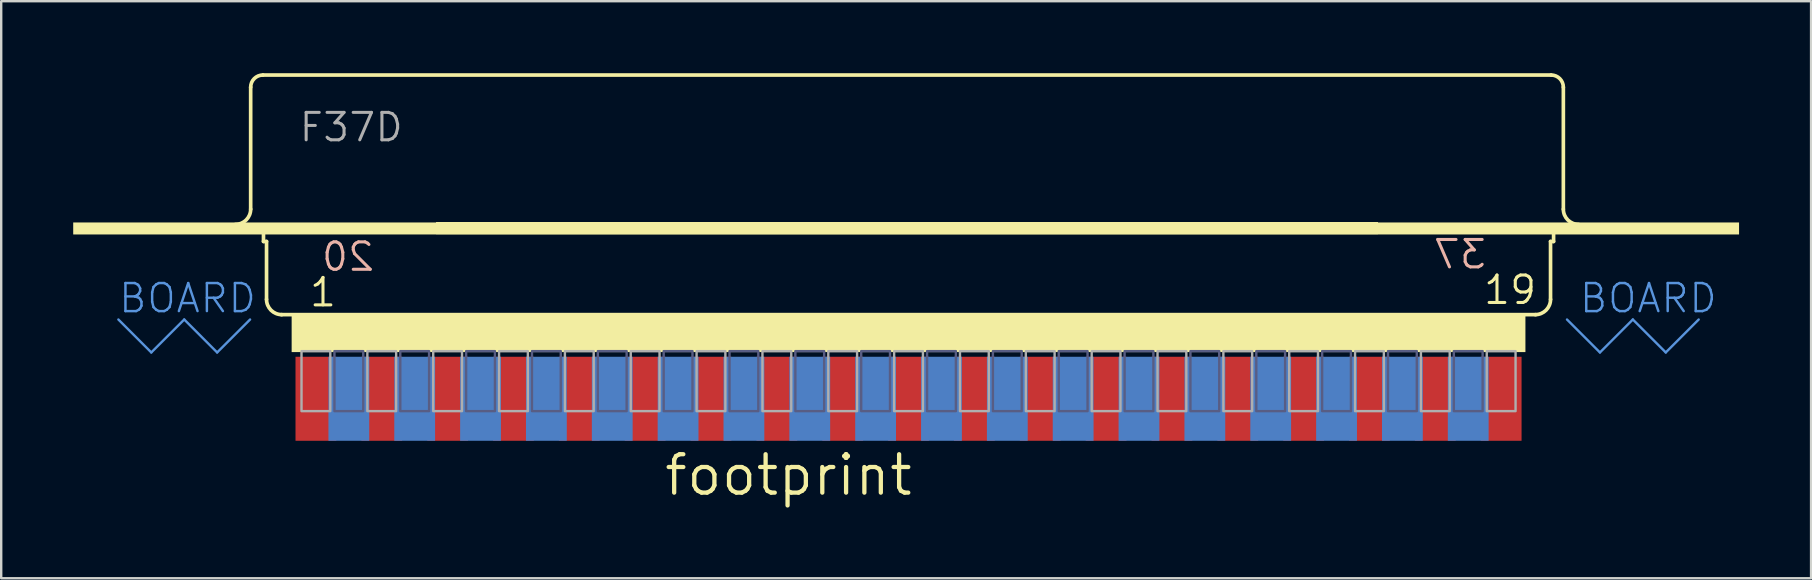
<source format=kicad_pcb>
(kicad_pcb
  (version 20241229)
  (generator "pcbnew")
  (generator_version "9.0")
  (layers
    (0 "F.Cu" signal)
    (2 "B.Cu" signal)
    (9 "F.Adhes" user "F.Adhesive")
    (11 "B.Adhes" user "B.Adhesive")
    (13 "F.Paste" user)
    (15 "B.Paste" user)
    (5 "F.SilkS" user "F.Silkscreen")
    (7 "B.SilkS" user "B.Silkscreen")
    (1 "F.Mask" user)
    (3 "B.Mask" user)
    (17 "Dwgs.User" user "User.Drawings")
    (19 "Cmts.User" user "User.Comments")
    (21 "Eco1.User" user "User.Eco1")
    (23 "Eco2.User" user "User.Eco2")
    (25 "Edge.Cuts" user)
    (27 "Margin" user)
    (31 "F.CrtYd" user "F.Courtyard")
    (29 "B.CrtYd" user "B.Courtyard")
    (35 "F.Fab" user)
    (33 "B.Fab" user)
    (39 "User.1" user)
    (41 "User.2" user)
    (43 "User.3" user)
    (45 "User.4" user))
  (footprint "footprint"
    (layer "F.Cu")
    (at 34.8 7.518)
    (property "Reference" "footprint" (at -10.262 10.16 0) (layer "F.SilkS") (effects (font (size 1.6 1.6) (thickness 0.178)) (justify left bottom)))
    (fp_line (start -27.407 -1.854) (end -27.407 -6.934) (stroke (width 0.152) (type solid)) (layer "F.SilkS"))
    (fp_line (start -26.899 -7.442) (end 26.772 -7.442) (stroke (width 0.152) (type solid)) (layer "F.SilkS"))
    (fp_line (start -26.873 -0.508) (end -26.873 -1.016) (stroke (width 0.152) (type solid)) (layer "F.SilkS"))
    (fp_line (start -26.873 -0.508) (end -26.746 -0.508) (stroke (width 0.152) (type solid)) (layer "F.SilkS"))
    (fp_line (start -26.746 1.905) (end -26.746 -0.508) (stroke (width 0.152) (type solid)) (layer "F.SilkS"))
    (fp_line (start -26.13 2.54) (end 26.13 2.54) (stroke (width 0.152) (type solid)) (layer "F.SilkS"))
    (fp_line (start 26.746 -0.508) (end 26.873 -0.508) (stroke (width 0.152) (type solid)) (layer "F.SilkS"))
    (fp_line (start 26.746 1.905) (end 26.746 -0.508) (stroke (width 0.152) (type solid)) (layer "F.SilkS"))
    (fp_line (start 26.873 -0.508) (end 26.873 -1.016) (stroke (width 0.152) (type solid)) (layer "F.SilkS"))
    (fp_line (start 27.28 -1.854) (end 27.28 -6.934) (stroke (width 0.152) (type solid)) (layer "F.SilkS"))
    (fp_arc (start -27.4066 -6.9342) (mid -27.25781 -7.29341) (end -26.8986 -7.4422) (stroke (width 0.1524) (type solid)) (layer "F.SilkS"))
    (fp_arc (start -27.4066 -1.8542) (mid -27.592587 -1.405187) (end -28.0416 -1.2192) (stroke (width 0.1524) (type solid)) (layer "F.SilkS"))
    (fp_arc (start -26.1112 2.54) (mid -26.560213 2.354013) (end -26.7462 1.905) (stroke (width 0.1524) (type solid)) (layer "F.SilkS"))
    (fp_arc (start 26.7462 1.905) (mid 26.560213 2.354013) (end 26.1112 2.54) (stroke (width 0.1524) (type solid)) (layer "F.SilkS"))
    (fp_arc (start 26.7716 -7.4422) (mid 27.13081 -7.29341) (end 27.2796 -6.9342) (stroke (width 0.1524) (type solid)) (layer "F.SilkS"))
    (fp_arc (start 27.9146 -1.2192) (mid 27.465587 -1.405187) (end 27.2796 -1.8542) (stroke (width 0.1524) (type solid)) (layer "F.SilkS"))
    (fp_poly (pts (xy -34.8 -0.8) (xy 34.6 -0.8) (xy 34.6 -1.3) (xy -34.8 -1.3)) (stroke (width 0) (type solid)) (fill yes) (layer "F.SilkS"))
    (fp_poly (pts (xy -25.7 4.1) (xy 25.7 4.1) (xy 25.7 2.5) (xy -25.7 2.5)) (stroke (width 0) (type solid)) (fill yes) (layer "F.SilkS"))
    (fp_poly (pts (xy -19.685 -0.811) (xy 19.558 -0.811) (xy 19.558 -1.319) (xy -19.685 -1.319)) (stroke (width 0) (type solid)) (fill yes) (layer "F.SilkS"))
    (fp_line (start -32.918 2.743) (end -31.547 4.115) (stroke (width 0.1) (type solid)) (layer "Cmts.User"))
    (fp_line (start -31.547 4.115) (end -30.175 2.743) (stroke (width 0.1) (type solid)) (layer "Cmts.User"))
    (fp_line (start -30.175 2.743) (end -28.804 4.115) (stroke (width 0.1) (type solid)) (layer "Cmts.User"))
    (fp_line (start -28.804 4.115) (end -27.432 2.743) (stroke (width 0.1) (type solid)) (layer "Cmts.User"))
    (fp_line (start 27.432 2.743) (end 28.804 4.115) (stroke (width 0.1) (type solid)) (layer "Cmts.User"))
    (fp_line (start 28.804 4.115) (end 30.175 2.743) (stroke (width 0.1) (type solid)) (layer "Cmts.User"))
    (fp_line (start 30.175 2.743) (end 31.547 4.115) (stroke (width 0.1) (type solid)) (layer "Cmts.User"))
    (fp_line (start 31.547 4.115) (end 32.918 2.743) (stroke (width 0.1) (type solid)) (layer "Cmts.User"))
    (fp_poly (pts (xy -23.917 6.56) (xy -22.717 6.56) (xy -22.717 4.06) (xy -23.917 4.06)) (stroke (width 0.1) (type solid)) (fill no) (layer "B.Fab"))
    (fp_poly (pts (xy -21.174 6.56) (xy -19.974 6.56) (xy -19.974 4.06) (xy -21.174 4.06)) (stroke (width 0.1) (type solid)) (fill no) (layer "B.Fab"))
    (fp_poly (pts (xy -18.431 6.56) (xy -17.231 6.56) (xy -17.231 4.06) (xy -18.431 4.06)) (stroke (width 0.1) (type solid)) (fill no) (layer "B.Fab"))
    (fp_poly (pts (xy -15.688 6.56) (xy -14.488 6.56) (xy -14.488 4.06) (xy -15.688 4.06)) (stroke (width 0.1) (type solid)) (fill no) (layer "B.Fab"))
    (fp_poly (pts (xy -12.944 6.56) (xy -11.744 6.56) (xy -11.744 4.06) (xy -12.944 4.06)) (stroke (width 0.1) (type solid)) (fill no) (layer "B.Fab"))
    (fp_poly (pts (xy -10.201 6.56) (xy -9.001 6.56) (xy -9.001 4.06) (xy -10.201 4.06)) (stroke (width 0.1) (type solid)) (fill no) (layer "B.Fab"))
    (fp_poly (pts (xy -7.458 6.56) (xy -6.258 6.56) (xy -6.258 4.06) (xy -7.458 4.06)) (stroke (width 0.1) (type solid)) (fill no) (layer "B.Fab"))
    (fp_poly (pts (xy -4.715 6.56) (xy -3.515 6.56) (xy -3.515 4.06) (xy -4.715 4.06)) (stroke (width 0.1) (type solid)) (fill no) (layer "B.Fab"))
    (fp_poly (pts (xy -1.972 6.56) (xy -0.772 6.56) (xy -0.772 4.06) (xy -1.972 4.06)) (stroke (width 0.1) (type solid)) (fill no) (layer "B.Fab"))
    (fp_poly (pts (xy 0.772 6.56) (xy 1.972 6.56) (xy 1.972 4.06) (xy 0.772 4.06)) (stroke (width 0.1) (type solid)) (fill no) (layer "B.Fab"))
    (fp_poly (pts (xy 3.515 6.56) (xy 4.715 6.56) (xy 4.715 4.06) (xy 3.515 4.06)) (stroke (width 0.1) (type solid)) (fill no) (layer "B.Fab"))
    (fp_poly (pts (xy 6.258 6.56) (xy 7.458 6.56) (xy 7.458 4.06) (xy 6.258 4.06)) (stroke (width 0.1) (type solid)) (fill no) (layer "B.Fab"))
    (fp_poly (pts (xy 9.001 6.56) (xy 10.201 6.56) (xy 10.201 4.06) (xy 9.001 4.06)) (stroke (width 0.1) (type solid)) (fill no) (layer "B.Fab"))
    (fp_poly (pts (xy 11.744 6.56) (xy 12.944 6.56) (xy 12.944 4.06) (xy 11.744 4.06)) (stroke (width 0.1) (type solid)) (fill no) (layer "B.Fab"))
    (fp_poly (pts (xy 14.488 6.56) (xy 15.688 6.56) (xy 15.688 4.06) (xy 14.488 4.06)) (stroke (width 0.1) (type solid)) (fill no) (layer "B.Fab"))
    (fp_poly (pts (xy 17.231 6.56) (xy 18.431 6.56) (xy 18.431 4.06) (xy 17.231 4.06)) (stroke (width 0.1) (type solid)) (fill no) (layer "B.Fab"))
    (fp_poly (pts (xy 19.974 6.56) (xy 21.174 6.56) (xy 21.174 4.06) (xy 19.974 4.06)) (stroke (width 0.1) (type solid)) (fill no) (layer "B.Fab"))
    (fp_poly (pts (xy 22.717 6.56) (xy 23.917 6.56) (xy 23.917 4.06) (xy 22.717 4.06)) (stroke (width 0.1) (type solid)) (fill no) (layer "B.Fab"))
    (fp_poly (pts (xy -25.289 6.56) (xy -24.089 6.56) (xy -24.089 4.06) (xy -25.289 4.06)) (stroke (width 0.1) (type solid)) (fill no) (layer "F.Fab"))
    (fp_poly (pts (xy -22.546 6.56) (xy -21.346 6.56) (xy -21.346 4.06) (xy -22.546 4.06)) (stroke (width 0.1) (type solid)) (fill no) (layer "F.Fab"))
    (fp_poly (pts (xy -19.802 6.56) (xy -18.602 6.56) (xy -18.602 4.06) (xy -19.802 4.06)) (stroke (width 0.1) (type solid)) (fill no) (layer "F.Fab"))
    (fp_poly (pts (xy -17.059 6.56) (xy -15.859 6.56) (xy -15.859 4.06) (xy -17.059 4.06)) (stroke (width 0.1) (type solid)) (fill no) (layer "F.Fab"))
    (fp_poly (pts (xy -14.316 6.56) (xy -13.116 6.56) (xy -13.116 4.06) (xy -14.316 4.06)) (stroke (width 0.1) (type solid)) (fill no) (layer "F.Fab"))
    (fp_poly (pts (xy -11.573 6.56) (xy -10.373 6.56) (xy -10.373 4.06) (xy -11.573 4.06)) (stroke (width 0.1) (type solid)) (fill no) (layer "F.Fab"))
    (fp_poly (pts (xy -8.83 6.56) (xy -7.63 6.56) (xy -7.63 4.06) (xy -8.83 4.06)) (stroke (width 0.1) (type solid)) (fill no) (layer "F.Fab"))
    (fp_poly (pts (xy -6.086 6.56) (xy -4.886 6.56) (xy -4.886 4.06) (xy -6.086 4.06)) (stroke (width 0.1) (type solid)) (fill no) (layer "F.Fab"))
    (fp_poly (pts (xy -3.343 6.56) (xy -2.143 6.56) (xy -2.143 4.06) (xy -3.343 4.06)) (stroke (width 0.1) (type solid)) (fill no) (layer "F.Fab"))
    (fp_poly (pts (xy -0.6 6.56) (xy 0.6 6.56) (xy 0.6 4.06) (xy -0.6 4.06)) (stroke (width 0.1) (type solid)) (fill no) (layer "F.Fab"))
    (fp_poly (pts (xy 2.143 6.56) (xy 3.343 6.56) (xy 3.343 4.06) (xy 2.143 4.06)) (stroke (width 0.1) (type solid)) (fill no) (layer "F.Fab"))
    (fp_poly (pts (xy 4.886 6.56) (xy 6.086 6.56) (xy 6.086 4.06) (xy 4.886 4.06)) (stroke (width 0.1) (type solid)) (fill no) (layer "F.Fab"))
    (fp_poly (pts (xy 7.63 6.56) (xy 8.83 6.56) (xy 8.83 4.06) (xy 7.63 4.06)) (stroke (width 0.1) (type solid)) (fill no) (layer "F.Fab"))
    (fp_poly (pts (xy 10.373 6.56) (xy 11.573 6.56) (xy 11.573 4.06) (xy 10.373 4.06)) (stroke (width 0.1) (type solid)) (fill no) (layer "F.Fab"))
    (fp_poly (pts (xy 13.116 6.56) (xy 14.316 6.56) (xy 14.316 4.06) (xy 13.116 4.06)) (stroke (width 0.1) (type solid)) (fill no) (layer "F.Fab"))
    (fp_poly (pts (xy 15.859 6.56) (xy 17.059 6.56) (xy 17.059 4.06) (xy 15.859 4.06)) (stroke (width 0.1) (type solid)) (fill no) (layer "F.Fab"))
    (fp_poly (pts (xy 18.602 6.56) (xy 19.802 6.56) (xy 19.802 4.06) (xy 18.602 4.06)) (stroke (width 0.1) (type solid)) (fill no) (layer "F.Fab"))
    (fp_poly (pts (xy 21.346 6.56) (xy 22.546 6.56) (xy 22.546 4.06) (xy 21.346 4.06)) (stroke (width 0.1) (type solid)) (fill no) (layer "F.Fab"))
    (fp_poly (pts (xy 24.089 6.56) (xy 25.289 6.56) (xy 25.289 4.06) (xy 24.089 4.06)) (stroke (width 0.1) (type solid)) (fill no) (layer "F.Fab"))
    (fp_text user "1" (at -25.022 2.279 0) (layer "F.SilkS") (effects (font (size 1.143 1.143) (thickness 0.127)) (justify left bottom)))
    (fp_text user "19" (at 23.887 2.179 0) (layer "F.SilkS") (effects (font (size 1.143 1.143) (thickness 0.127)) (justify left bottom)))
    (fp_text user "37" (at 24.144 0.697 0) (layer "B.SilkS") (effects (font (size 1.143 1.143) (thickness 0.127)) (justify left bottom mirror)))
    (fp_text user "20" (at -22.179 0.797 0) (layer "B.SilkS") (effects (font (size 1.143 1.143) (thickness 0.127)) (justify left bottom mirror)))
    (fp_text user "BOARD " (at -32.969 2.54 0) (layer "Cmts.User") (effects (font (size 1.168 1.168) (thickness 0.102)) (justify left bottom)))
    (fp_text user "BOARD" (at 27.889 2.54 0) (layer "Cmts.User") (effects (font (size 1.168 1.168) (thickness 0.102)) (justify left bottom)))
    (fp_text user "F37D" (at -25.451 -4.597 0) (layer "F.Fab") (effects (font (size 1.143 1.143) (thickness 0.127)) (justify left bottom)))
    (pad "1" smd rect (at -24.689 6.045) (size 1.7 3.5) (layers "F.Cu" "F.Mask" "F.Paste"))
    (pad "2" smd rect (at -21.946 6.045) (size 1.7 3.5) (layers "F.Cu" "F.Mask" "F.Paste"))
    (pad "3" smd rect (at -19.202 6.045) (size 1.7 3.5) (layers "F.Cu" "F.Mask" "F.Paste"))
    (pad "4" smd rect (at -16.459 6.045) (size 1.7 3.5) (layers "F.Cu" "F.Mask" "F.Paste"))
    (pad "5" smd rect (at -13.716 6.045) (size 1.7 3.5) (layers "F.Cu" "F.Mask" "F.Paste"))
    (pad "6" smd rect (at -10.973 6.045) (size 1.7 3.5) (layers "F.Cu" "F.Mask" "F.Paste"))
    (pad "7" smd rect (at -8.23 6.045) (size 1.7 3.5) (layers "F.Cu" "F.Mask" "F.Paste"))
    (pad "8" smd rect (at -5.486 6.045) (size 1.7 3.5) (layers "F.Cu" "F.Mask" "F.Paste"))
    (pad "9" smd rect (at -2.743 6.045) (size 1.7 3.5) (layers "F.Cu" "F.Mask" "F.Paste"))
    (pad "10" smd rect (at 0 6.045) (size 1.7 3.5) (layers "F.Cu" "F.Mask" "F.Paste"))
    (pad "11" smd rect (at 2.743 6.045) (size 1.7 3.5) (layers "F.Cu" "F.Mask" "F.Paste"))
    (pad "12" smd rect (at 5.486 6.045) (size 1.7 3.5) (layers "F.Cu" "F.Mask" "F.Paste"))
    (pad "13" smd rect (at 8.23 6.045) (size 1.7 3.5) (layers "F.Cu" "F.Mask" "F.Paste"))
    (pad "14" smd rect (at 10.973 6.045) (size 1.7 3.5) (layers "F.Cu" "F.Mask" "F.Paste"))
    (pad "15" smd rect (at 13.716 6.045) (size 1.7 3.5) (layers "F.Cu" "F.Mask" "F.Paste"))
    (pad "16" smd rect (at 16.459 6.045) (size 1.7 3.5) (layers "F.Cu" "F.Mask" "F.Paste"))
    (pad "17" smd rect (at 19.202 6.045) (size 1.7 3.5) (layers "F.Cu" "F.Mask" "F.Paste"))
    (pad "18" smd rect (at 21.946 6.045) (size 1.7 3.5) (layers "F.Cu" "F.Mask" "F.Paste"))
    (pad "19" smd rect (at 24.689 6.045) (size 1.7 3.5) (layers "F.Cu" "F.Mask" "F.Paste"))
    (pad "20" smd rect (at -23.317 6.045) (size 1.7 3.5) (layers "B.Cu" "B.Mask" "B.Paste"))
    (pad "21" smd rect (at -20.574 6.045) (size 1.7 3.5) (layers "B.Cu" "B.Mask" "B.Paste"))
    (pad "22" smd rect (at -17.831 6.045) (size 1.7 3.5) (layers "B.Cu" "B.Mask" "B.Paste"))
    (pad "23" smd rect (at -15.088 6.045) (size 1.7 3.5) (layers "B.Cu" "B.Mask" "B.Paste"))
    (pad "24" smd rect (at -12.344 6.045) (size 1.7 3.5) (layers "B.Cu" "B.Mask" "B.Paste"))
    (pad "25" smd rect (at -9.601 6.045) (size 1.7 3.5) (layers "B.Cu" "B.Mask" "B.Paste"))
    (pad "26" smd rect (at -6.858 6.045) (size 1.7 3.5) (layers "B.Cu" "B.Mask" "B.Paste"))
    (pad "27" smd rect (at -4.115 6.045) (size 1.7 3.5) (layers "B.Cu" "B.Mask" "B.Paste"))
    (pad "28" smd rect (at -1.372 6.045) (size 1.7 3.5) (layers "B.Cu" "B.Mask" "B.Paste"))
    (pad "29" smd rect (at 1.372 6.045) (size 1.7 3.5) (layers "B.Cu" "B.Mask" "B.Paste"))
    (pad "30" smd rect (at 4.115 6.045) (size 1.7 3.5) (layers "B.Cu" "B.Mask" "B.Paste"))
    (pad "31" smd rect (at 6.858 6.045) (size 1.7 3.5) (layers "B.Cu" "B.Mask" "B.Paste"))
    (pad "32" smd rect (at 9.601 6.045) (size 1.7 3.5) (layers "B.Cu" "B.Mask" "B.Paste"))
    (pad "33" smd rect (at 12.344 6.045) (size 1.7 3.5) (layers "B.Cu" "B.Mask" "B.Paste"))
    (pad "34" smd rect (at 15.088 6.045) (size 1.7 3.5) (layers "B.Cu" "B.Mask" "B.Paste"))
    (pad "35" smd rect (at 17.831 6.045) (size 1.7 3.5) (layers "B.Cu" "B.Mask" "B.Paste"))
    (pad "36" smd rect (at 20.574 6.045) (size 1.7 3.5) (layers "B.Cu" "B.Mask" "B.Paste"))
    (pad "37" smd rect (at 23.317 6.045) (size 1.7 3.5) (layers "B.Cu" "B.Mask" "B.Paste")))
  (gr_rect
    (start -3 -3)
    (end 72.4 21.041)
    (stroke (width 0.1) (type default))
    (fill no)
    (layer "Edge.Cuts")))
</source>
